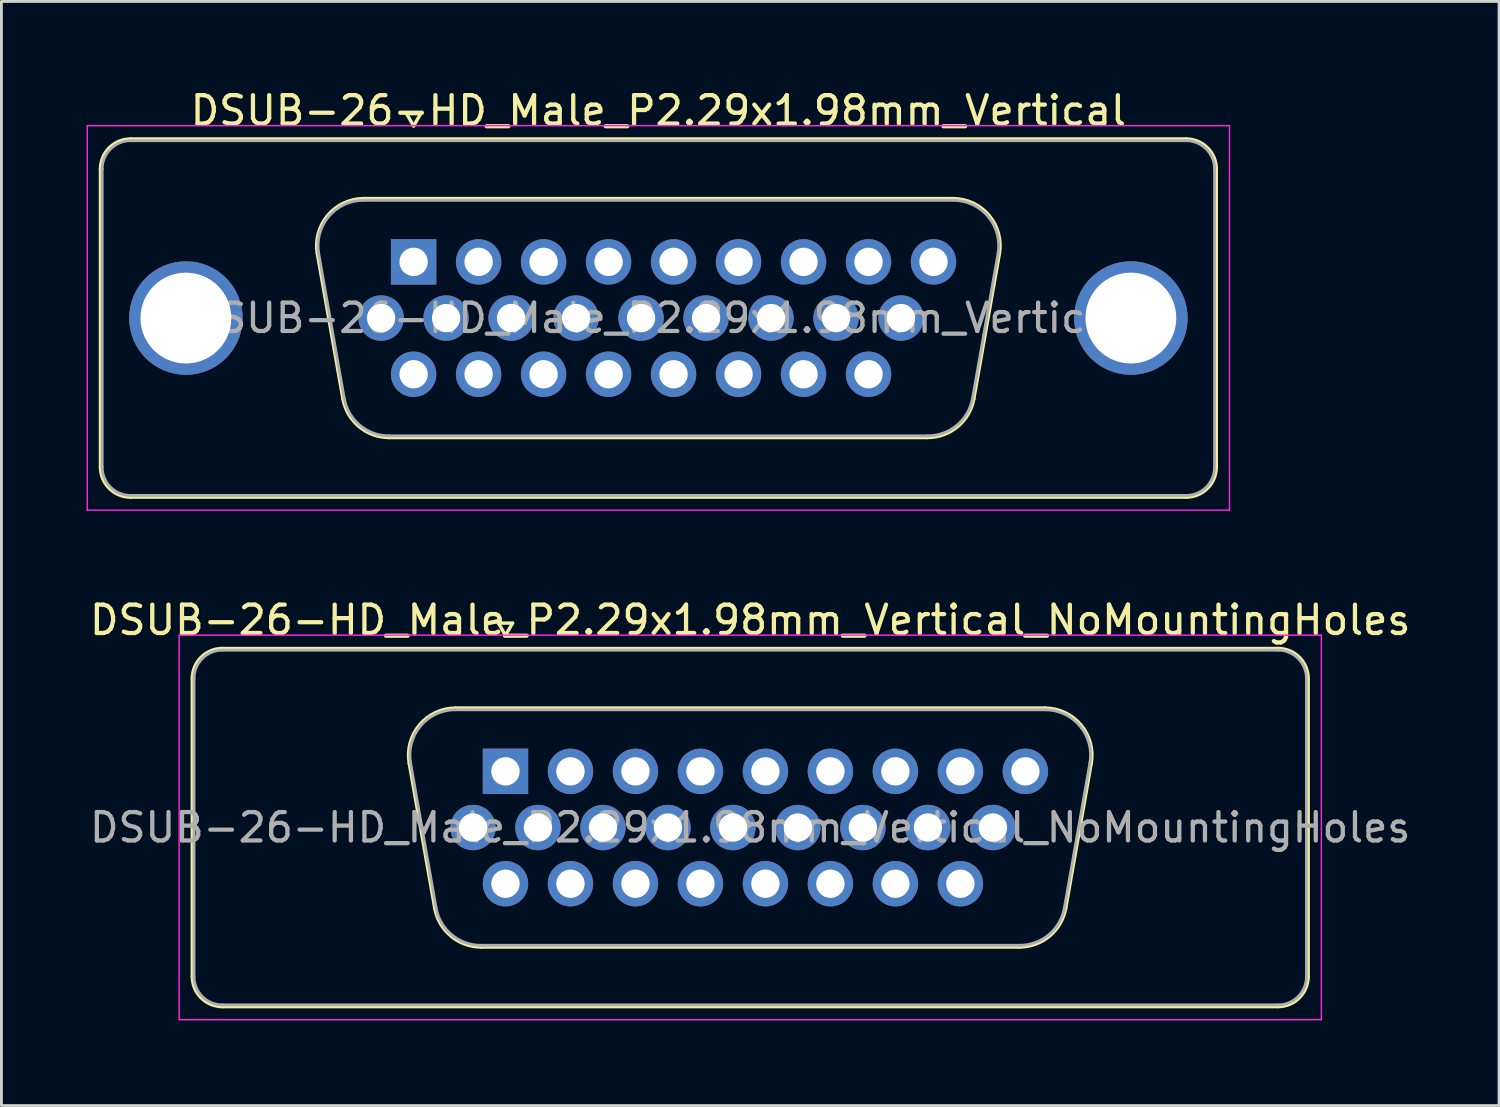
<source format=kicad_pcb>
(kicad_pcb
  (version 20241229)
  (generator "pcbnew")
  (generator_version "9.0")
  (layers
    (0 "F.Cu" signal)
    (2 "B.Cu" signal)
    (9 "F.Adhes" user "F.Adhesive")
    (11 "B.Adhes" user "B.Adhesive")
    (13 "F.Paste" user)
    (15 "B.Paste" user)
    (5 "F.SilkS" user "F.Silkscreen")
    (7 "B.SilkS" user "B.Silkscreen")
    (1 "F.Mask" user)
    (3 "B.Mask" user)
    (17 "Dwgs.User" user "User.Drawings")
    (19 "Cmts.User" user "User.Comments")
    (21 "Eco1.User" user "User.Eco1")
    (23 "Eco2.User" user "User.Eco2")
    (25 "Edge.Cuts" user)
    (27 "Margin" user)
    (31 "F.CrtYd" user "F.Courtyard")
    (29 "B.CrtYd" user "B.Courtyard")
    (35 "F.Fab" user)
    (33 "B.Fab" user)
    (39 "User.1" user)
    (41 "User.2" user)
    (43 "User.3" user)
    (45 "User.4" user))
  (footprint "DSUB-26-HD_Male_P2.29x1.98mm_Vertical"
    (layer "F.Cu")
    (at 11.525 6.178)
    (property "Reference" "DSUB-26-HD_Male_P2.29x1.98mm_Vertical" (at 8.625 -5.33 0) (layer "F.SilkS") (effects (font (size 1 1) (thickness 0.15))))
    (attr through_hole)
    (fp_line (start -11.035 7.23) (end -11.035 -3.27) (stroke (width 0.12) (type solid)) (layer "F.SilkS"))
    (fp_line (start -9.975 -4.33) (end 27.225 -4.33) (stroke (width 0.12) (type solid)) (layer "F.SilkS"))
    (fp_line (start -3.391 -0.282) (end -2.492 4.818) (stroke (width 0.12) (type solid)) (layer "F.SilkS"))
    (fp_line (start -1.757 -2.23) (end 19.007 -2.23) (stroke (width 0.12) (type solid)) (layer "F.SilkS"))
    (fp_line (start -0.857 6.19) (end 18.107 6.19) (stroke (width 0.12) (type solid)) (layer "F.SilkS"))
    (fp_line (start -0.25 -5.224) (end 0.25 -5.224) (stroke (width 0.12) (type solid)) (layer "F.SilkS"))
    (fp_line (start 0 -4.791) (end -0.25 -5.224) (stroke (width 0.12) (type solid)) (layer "F.SilkS"))
    (fp_line (start 0.25 -5.224) (end 0 -4.791) (stroke (width 0.12) (type solid)) (layer "F.SilkS"))
    (fp_line (start 20.641 -0.282) (end 19.742 4.818) (stroke (width 0.12) (type solid)) (layer "F.SilkS"))
    (fp_line (start 27.225 8.29) (end -9.975 8.29) (stroke (width 0.12) (type solid)) (layer "F.SilkS"))
    (fp_line (start 28.285 -3.27) (end 28.285 7.23) (stroke (width 0.12) (type solid)) (layer "F.SilkS"))
    (fp_arc (start -11.035 -3.27) (mid -10.724533 -4.019533) (end -9.975 -4.33) (stroke (width 0.12) (type solid)) (layer "F.SilkS"))
    (fp_arc (start -9.975 8.29) (mid -10.724533 7.979533) (end -11.035 7.23) (stroke (width 0.12) (type solid)) (layer "F.SilkS"))
    (fp_arc (start -3.39147 -0.281744) (mid -3.028323 -1.637028) (end -1.756689 -2.23) (stroke (width 0.12) (type solid)) (layer "F.SilkS"))
    (fp_arc (start -0.857421 6.19) (mid -1.924448 5.801634) (end -2.492202 4.818256) (stroke (width 0.12) (type solid)) (layer "F.SilkS"))
    (fp_arc (start 19.006689 -2.23) (mid 20.278323 -1.637027) (end 20.64147 -0.281744) (stroke (width 0.12) (type solid)) (layer "F.SilkS"))
    (fp_arc (start 19.742202 4.818256) (mid 19.174449 5.801634) (end 18.107421 6.19) (stroke (width 0.12) (type solid)) (layer "F.SilkS"))
    (fp_arc (start 27.225 -4.33) (mid 27.974533 -4.019533) (end 28.285 -3.27) (stroke (width 0.12) (type solid)) (layer "F.SilkS"))
    (fp_arc (start 28.285 7.23) (mid 27.974533 7.979533) (end 27.225 8.29) (stroke (width 0.12) (type solid)) (layer "F.SilkS"))
    (fp_line (start -11.5 -4.8) (end -11.5 8.75) (stroke (width 0.05) (type solid)) (layer "F.CrtYd"))
    (fp_line (start -11.5 8.75) (end 28.75 8.75) (stroke (width 0.05) (type solid)) (layer "F.CrtYd"))
    (fp_line (start 28.75 -4.8) (end -11.5 -4.8) (stroke (width 0.05) (type solid)) (layer "F.CrtYd"))
    (fp_line (start 28.75 8.75) (end 28.75 -4.8) (stroke (width 0.05) (type solid)) (layer "F.CrtYd"))
    (fp_line (start -10.975 7.23) (end -10.975 -3.27) (stroke (width 0.1) (type solid)) (layer "F.Fab"))
    (fp_line (start -9.975 -4.27) (end 27.225 -4.27) (stroke (width 0.1) (type solid)) (layer "F.Fab"))
    (fp_line (start -3.344 -0.292) (end -2.445 4.808) (stroke (width 0.1) (type solid)) (layer "F.Fab"))
    (fp_line (start -1.768 -2.17) (end 19.018 -2.17) (stroke (width 0.1) (type solid)) (layer "F.Fab"))
    (fp_line (start -0.869 6.13) (end 18.119 6.13) (stroke (width 0.1) (type solid)) (layer "F.Fab"))
    (fp_line (start 20.594 -0.292) (end 19.695 4.808) (stroke (width 0.1) (type solid)) (layer "F.Fab"))
    (fp_line (start 27.225 8.23) (end -9.975 8.23) (stroke (width 0.1) (type solid)) (layer "F.Fab"))
    (fp_line (start 28.225 -3.27) (end 28.225 7.23) (stroke (width 0.1) (type solid)) (layer "F.Fab"))
    (fp_arc (start -10.975 -3.27) (mid -10.682107 -3.977107) (end -9.975 -4.27) (stroke (width 0.1) (type solid)) (layer "F.Fab"))
    (fp_arc (start -9.975 8.23) (mid -10.682107 7.937107) (end -10.975 7.23) (stroke (width 0.1) (type solid)) (layer "F.Fab"))
    (fp_arc (start -3.343886 -0.292163) (mid -2.993865 -1.59846) (end -1.768194 -2.17) (stroke (width 0.1) (type solid)) (layer "F.Fab"))
    (fp_arc (start -0.868927 6.13) (mid -1.897387 5.755671) (end -2.444619 4.807837) (stroke (width 0.1) (type solid)) (layer "F.Fab"))
    (fp_arc (start 19.018194 -2.17) (mid 20.243865 -1.59846) (end 20.593886 -0.292163) (stroke (width 0.1) (type solid)) (layer "F.Fab"))
    (fp_arc (start 19.694619 4.807837) (mid 19.147387 5.755671) (end 18.118927 6.13) (stroke (width 0.1) (type solid)) (layer "F.Fab"))
    (fp_arc (start 27.225 -4.27) (mid 27.932107 -3.977107) (end 28.225 -3.27) (stroke (width 0.1) (type solid)) (layer "F.Fab"))
    (fp_arc (start 28.225 7.23) (mid 27.932107 7.937107) (end 27.225 8.23) (stroke (width 0.1) (type solid)) (layer "F.Fab"))
    (fp_text user "${REFERENCE}" (at 8.625 1.98 0) (layer "F.Fab") (effects (font (size 1 1) (thickness 0.15))))
    (pad "0" thru_hole circle (at -8.025 1.98) (size 4 4) (drill 3.2) (layers "*.Cu" "*.Mask"))
    (pad "0" thru_hole circle (at 25.275 1.98) (size 4 4) (drill 3.2) (layers "*.Cu" "*.Mask"))
    (pad "1" thru_hole rect (at 0 0) (size 1.6 1.6) (drill 1) (layers "*.Cu" "*.Mask"))
    (pad "2" thru_hole circle (at 2.29 0) (size 1.6 1.6) (drill 1) (layers "*.Cu" "*.Mask"))
    (pad "3" thru_hole circle (at 4.58 0) (size 1.6 1.6) (drill 1) (layers "*.Cu" "*.Mask"))
    (pad "4" thru_hole circle (at 6.87 0) (size 1.6 1.6) (drill 1) (layers "*.Cu" "*.Mask"))
    (pad "5" thru_hole circle (at 9.16 0) (size 1.6 1.6) (drill 1) (layers "*.Cu" "*.Mask"))
    (pad "6" thru_hole circle (at 11.45 0) (size 1.6 1.6) (drill 1) (layers "*.Cu" "*.Mask"))
    (pad "7" thru_hole circle (at 13.74 0) (size 1.6 1.6) (drill 1) (layers "*.Cu" "*.Mask"))
    (pad "8" thru_hole circle (at 16.03 0) (size 1.6 1.6) (drill 1) (layers "*.Cu" "*.Mask"))
    (pad "9" thru_hole circle (at 18.32 0) (size 1.6 1.6) (drill 1) (layers "*.Cu" "*.Mask"))
    (pad "10" thru_hole circle (at -1.145 1.98) (size 1.6 1.6) (drill 1) (layers "*.Cu" "*.Mask"))
    (pad "11" thru_hole circle (at 1.145 1.98) (size 1.6 1.6) (drill 1) (layers "*.Cu" "*.Mask"))
    (pad "12" thru_hole circle (at 3.435 1.98) (size 1.6 1.6) (drill 1) (layers "*.Cu" "*.Mask"))
    (pad "13" thru_hole circle (at 5.725 1.98) (size 1.6 1.6) (drill 1) (layers "*.Cu" "*.Mask"))
    (pad "14" thru_hole circle (at 8.015 1.98) (size 1.6 1.6) (drill 1) (layers "*.Cu" "*.Mask"))
    (pad "15" thru_hole circle (at 10.305 1.98) (size 1.6 1.6) (drill 1) (layers "*.Cu" "*.Mask"))
    (pad "16" thru_hole circle (at 12.595 1.98) (size 1.6 1.6) (drill 1) (layers "*.Cu" "*.Mask"))
    (pad "17" thru_hole circle (at 14.885 1.98) (size 1.6 1.6) (drill 1) (layers "*.Cu" "*.Mask"))
    (pad "18" thru_hole circle (at 17.175 1.98) (size 1.6 1.6) (drill 1) (layers "*.Cu" "*.Mask"))
    (pad "19" thru_hole circle (at 0 3.96) (size 1.6 1.6) (drill 1) (layers "*.Cu" "*.Mask"))
    (pad "20" thru_hole circle (at 2.29 3.96) (size 1.6 1.6) (drill 1) (layers "*.Cu" "*.Mask"))
    (pad "21" thru_hole circle (at 4.58 3.96) (size 1.6 1.6) (drill 1) (layers "*.Cu" "*.Mask"))
    (pad "22" thru_hole circle (at 6.87 3.96) (size 1.6 1.6) (drill 1) (layers "*.Cu" "*.Mask"))
    (pad "23" thru_hole circle (at 9.16 3.96) (size 1.6 1.6) (drill 1) (layers "*.Cu" "*.Mask"))
    (pad "24" thru_hole circle (at 11.45 3.96) (size 1.6 1.6) (drill 1) (layers "*.Cu" "*.Mask"))
    (pad "25" thru_hole circle (at 13.74 3.96) (size 1.6 1.6) (drill 1) (layers "*.Cu" "*.Mask"))
    (pad "26" thru_hole circle (at 16.03 3.96) (size 1.6 1.6) (drill 1) (layers "*.Cu" "*.Mask")))
  (footprint "DSUB-26-HD_Male_P2.29x1.98mm_Vertical_NoMountingHoles"
    (layer "F.Cu")
    (at 14.762 24.131)
    (property "Reference" "DSUB-26-HD_Male_P2.29x1.98mm_Vertical_NoMountingHoles" (at 8.625 -5.33 0) (layer "F.SilkS") (effects (font (size 1 1) (thickness 0.15))))
    (attr through_hole)
    (fp_line (start -11.035 7.23) (end -11.035 -3.27) (stroke (width 0.12) (type solid)) (layer "F.SilkS"))
    (fp_line (start -9.975 -4.33) (end 27.225 -4.33) (stroke (width 0.12) (type solid)) (layer "F.SilkS"))
    (fp_line (start -3.391 -0.282) (end -2.492 4.818) (stroke (width 0.12) (type solid)) (layer "F.SilkS"))
    (fp_line (start -1.757 -2.23) (end 19.007 -2.23) (stroke (width 0.12) (type solid)) (layer "F.SilkS"))
    (fp_line (start -0.857 6.19) (end 18.107 6.19) (stroke (width 0.12) (type solid)) (layer "F.SilkS"))
    (fp_line (start -0.25 -5.224) (end 0.25 -5.224) (stroke (width 0.12) (type solid)) (layer "F.SilkS"))
    (fp_line (start 0 -4.791) (end -0.25 -5.224) (stroke (width 0.12) (type solid)) (layer "F.SilkS"))
    (fp_line (start 0.25 -5.224) (end 0 -4.791) (stroke (width 0.12) (type solid)) (layer "F.SilkS"))
    (fp_line (start 20.641 -0.282) (end 19.742 4.818) (stroke (width 0.12) (type solid)) (layer "F.SilkS"))
    (fp_line (start 27.225 8.29) (end -9.975 8.29) (stroke (width 0.12) (type solid)) (layer "F.SilkS"))
    (fp_line (start 28.285 -3.27) (end 28.285 7.23) (stroke (width 0.12) (type solid)) (layer "F.SilkS"))
    (fp_arc (start -11.035 -3.27) (mid -10.724533 -4.019533) (end -9.975 -4.33) (stroke (width 0.12) (type solid)) (layer "F.SilkS"))
    (fp_arc (start -9.975 8.29) (mid -10.724533 7.979533) (end -11.035 7.23) (stroke (width 0.12) (type solid)) (layer "F.SilkS"))
    (fp_arc (start -3.39147 -0.281744) (mid -3.028323 -1.637028) (end -1.756689 -2.23) (stroke (width 0.12) (type solid)) (layer "F.SilkS"))
    (fp_arc (start -0.857421 6.19) (mid -1.924448 5.801634) (end -2.492202 4.818256) (stroke (width 0.12) (type solid)) (layer "F.SilkS"))
    (fp_arc (start 19.006689 -2.23) (mid 20.278323 -1.637027) (end 20.64147 -0.281744) (stroke (width 0.12) (type solid)) (layer "F.SilkS"))
    (fp_arc (start 19.742202 4.818256) (mid 19.174449 5.801634) (end 18.107421 6.19) (stroke (width 0.12) (type solid)) (layer "F.SilkS"))
    (fp_arc (start 27.225 -4.33) (mid 27.974533 -4.019533) (end 28.285 -3.27) (stroke (width 0.12) (type solid)) (layer "F.SilkS"))
    (fp_arc (start 28.285 7.23) (mid 27.974533 7.979533) (end 27.225 8.29) (stroke (width 0.12) (type solid)) (layer "F.SilkS"))
    (fp_line (start -11.5 -4.8) (end -11.5 8.75) (stroke (width 0.05) (type solid)) (layer "F.CrtYd"))
    (fp_line (start -11.5 8.75) (end 28.75 8.75) (stroke (width 0.05) (type solid)) (layer "F.CrtYd"))
    (fp_line (start 28.75 -4.8) (end -11.5 -4.8) (stroke (width 0.05) (type solid)) (layer "F.CrtYd"))
    (fp_line (start 28.75 8.75) (end 28.75 -4.8) (stroke (width 0.05) (type solid)) (layer "F.CrtYd"))
    (fp_line (start -10.975 7.23) (end -10.975 -3.27) (stroke (width 0.1) (type solid)) (layer "F.Fab"))
    (fp_line (start -9.975 -4.27) (end 27.225 -4.27) (stroke (width 0.1) (type solid)) (layer "F.Fab"))
    (fp_line (start -3.344 -0.292) (end -2.445 4.808) (stroke (width 0.1) (type solid)) (layer "F.Fab"))
    (fp_line (start -1.768 -2.17) (end 19.018 -2.17) (stroke (width 0.1) (type solid)) (layer "F.Fab"))
    (fp_line (start -0.869 6.13) (end 18.119 6.13) (stroke (width 0.1) (type solid)) (layer "F.Fab"))
    (fp_line (start 20.594 -0.292) (end 19.695 4.808) (stroke (width 0.1) (type solid)) (layer "F.Fab"))
    (fp_line (start 27.225 8.23) (end -9.975 8.23) (stroke (width 0.1) (type solid)) (layer "F.Fab"))
    (fp_line (start 28.225 -3.27) (end 28.225 7.23) (stroke (width 0.1) (type solid)) (layer "F.Fab"))
    (fp_arc (start -10.975 -3.27) (mid -10.682107 -3.977107) (end -9.975 -4.27) (stroke (width 0.1) (type solid)) (layer "F.Fab"))
    (fp_arc (start -9.975 8.23) (mid -10.682107 7.937107) (end -10.975 7.23) (stroke (width 0.1) (type solid)) (layer "F.Fab"))
    (fp_arc (start -3.343886 -0.292163) (mid -2.993865 -1.59846) (end -1.768194 -2.17) (stroke (width 0.1) (type solid)) (layer "F.Fab"))
    (fp_arc (start -0.868927 6.13) (mid -1.897387 5.755671) (end -2.444619 4.807837) (stroke (width 0.1) (type solid)) (layer "F.Fab"))
    (fp_arc (start 19.018194 -2.17) (mid 20.243865 -1.59846) (end 20.593886 -0.292163) (stroke (width 0.1) (type solid)) (layer "F.Fab"))
    (fp_arc (start 19.694619 4.807837) (mid 19.147387 5.755671) (end 18.118927 6.13) (stroke (width 0.1) (type solid)) (layer "F.Fab"))
    (fp_arc (start 27.225 -4.27) (mid 27.932107 -3.977107) (end 28.225 -3.27) (stroke (width 0.1) (type solid)) (layer "F.Fab"))
    (fp_arc (start 28.225 7.23) (mid 27.932107 7.937107) (end 27.225 8.23) (stroke (width 0.1) (type solid)) (layer "F.Fab"))
    (fp_text user "${REFERENCE}" (at 8.625 1.98 0) (layer "F.Fab") (effects (font (size 1 1) (thickness 0.15))))
    (pad "1" thru_hole rect (at 0 0) (size 1.6 1.6) (drill 1) (layers "*.Cu" "*.Mask"))
    (pad "2" thru_hole circle (at 2.29 0) (size 1.6 1.6) (drill 1) (layers "*.Cu" "*.Mask"))
    (pad "3" thru_hole circle (at 4.58 0) (size 1.6 1.6) (drill 1) (layers "*.Cu" "*.Mask"))
    (pad "4" thru_hole circle (at 6.87 0) (size 1.6 1.6) (drill 1) (layers "*.Cu" "*.Mask"))
    (pad "5" thru_hole circle (at 9.16 0) (size 1.6 1.6) (drill 1) (layers "*.Cu" "*.Mask"))
    (pad "6" thru_hole circle (at 11.45 0) (size 1.6 1.6) (drill 1) (layers "*.Cu" "*.Mask"))
    (pad "7" thru_hole circle (at 13.74 0) (size 1.6 1.6) (drill 1) (layers "*.Cu" "*.Mask"))
    (pad "8" thru_hole circle (at 16.03 0) (size 1.6 1.6) (drill 1) (layers "*.Cu" "*.Mask"))
    (pad "9" thru_hole circle (at 18.32 0) (size 1.6 1.6) (drill 1) (layers "*.Cu" "*.Mask"))
    (pad "10" thru_hole circle (at -1.145 1.98) (size 1.6 1.6) (drill 1) (layers "*.Cu" "*.Mask"))
    (pad "11" thru_hole circle (at 1.145 1.98) (size 1.6 1.6) (drill 1) (layers "*.Cu" "*.Mask"))
    (pad "12" thru_hole circle (at 3.435 1.98) (size 1.6 1.6) (drill 1) (layers "*.Cu" "*.Mask"))
    (pad "13" thru_hole circle (at 5.725 1.98) (size 1.6 1.6) (drill 1) (layers "*.Cu" "*.Mask"))
    (pad "14" thru_hole circle (at 8.015 1.98) (size 1.6 1.6) (drill 1) (layers "*.Cu" "*.Mask"))
    (pad "15" thru_hole circle (at 10.305 1.98) (size 1.6 1.6) (drill 1) (layers "*.Cu" "*.Mask"))
    (pad "16" thru_hole circle (at 12.595 1.98) (size 1.6 1.6) (drill 1) (layers "*.Cu" "*.Mask"))
    (pad "17" thru_hole circle (at 14.885 1.98) (size 1.6 1.6) (drill 1) (layers "*.Cu" "*.Mask"))
    (pad "18" thru_hole circle (at 17.175 1.98) (size 1.6 1.6) (drill 1) (layers "*.Cu" "*.Mask"))
    (pad "19" thru_hole circle (at 0 3.96) (size 1.6 1.6) (drill 1) (layers "*.Cu" "*.Mask"))
    (pad "20" thru_hole circle (at 2.29 3.96) (size 1.6 1.6) (drill 1) (layers "*.Cu" "*.Mask"))
    (pad "21" thru_hole circle (at 4.58 3.96) (size 1.6 1.6) (drill 1) (layers "*.Cu" "*.Mask"))
    (pad "22" thru_hole circle (at 6.87 3.96) (size 1.6 1.6) (drill 1) (layers "*.Cu" "*.Mask"))
    (pad "23" thru_hole circle (at 9.16 3.96) (size 1.6 1.6) (drill 1) (layers "*.Cu" "*.Mask"))
    (pad "24" thru_hole circle (at 11.45 3.96) (size 1.6 1.6) (drill 1) (layers "*.Cu" "*.Mask"))
    (pad "25" thru_hole circle (at 13.74 3.96) (size 1.6 1.6) (drill 1) (layers "*.Cu" "*.Mask"))
    (pad "26" thru_hole circle (at 16.03 3.96) (size 1.6 1.6) (drill 1) (layers "*.Cu" "*.Mask")))
  (gr_rect
    (start -3 -3)
    (end 49.774 35.907)
    (stroke (width 0.1) (type default))
    (fill no)
    (layer "Edge.Cuts")))
</source>
